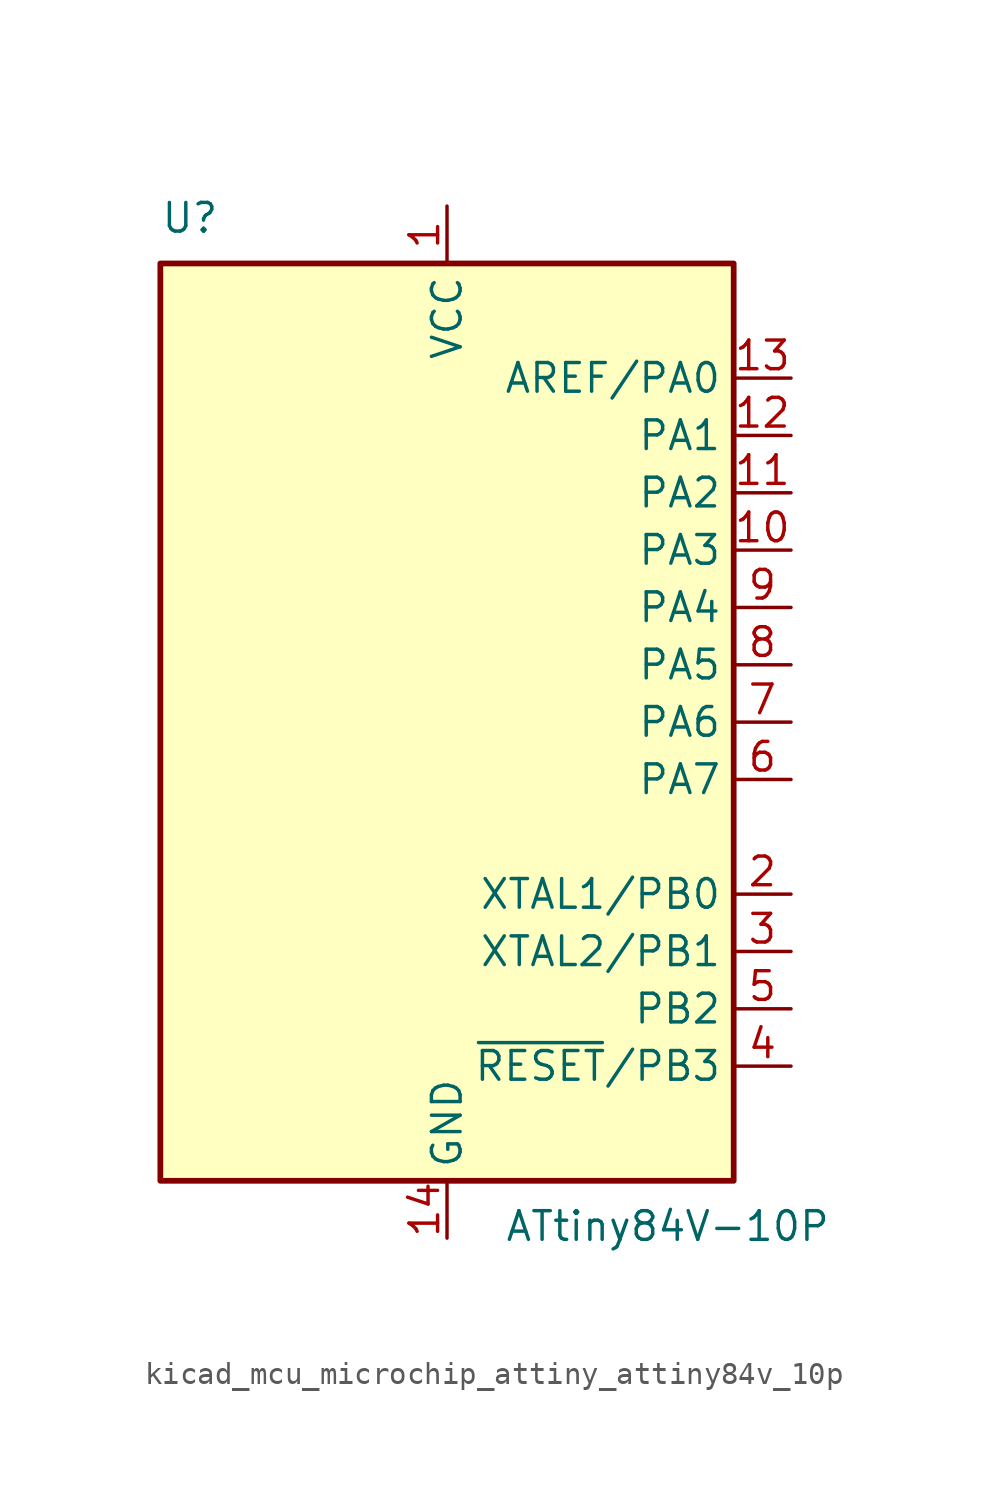
<source format=kicad_sym>
(kicad_symbol_lib
  (version 20220914)
  (generator kicad_symbol_editor)
  (symbol "kicad_mcu_microchip_attiny_attiny84v_10p"
    (property "Reference" "U"
      (at -12.7 21.59 0)
      (effects (font (size 1.27 1.27)) (justify left bottom)))
    (property "Value" "ATtiny84V-10P"
      (at 2.54 -21.59 0)
      (effects (font (size 1.27 1.27)) (justify left top)))
    (symbol "kicad_mcu_microchip_attiny_attiny84v_10p_0_1"
      (rectangle (start -12.7 -20.32) (end 12.7 20.32) (stroke (width 0.254) (type default)) (fill (type background))))
    (symbol "kicad_mcu_microchip_attiny_attiny84v_10p_1_1"
      (pin power_in line (at 0 22.86 270) (length 2.54) (name "VCC" (effects (font (size 1.27 1.27)))) (number "1" (effects (font (size 1.27 1.27)))))
      (pin bidirectional line (at 15.24 7.62 180) (length 2.54) (name "PA3" (effects (font (size 1.27 1.27)))) (number "10" (effects (font (size 1.27 1.27)))))
      (pin bidirectional line (at 15.24 10.16 180) (length 2.54) (name "PA2" (effects (font (size 1.27 1.27)))) (number "11" (effects (font (size 1.27 1.27)))))
      (pin bidirectional line (at 15.24 12.7 180) (length 2.54) (name "PA1" (effects (font (size 1.27 1.27)))) (number "12" (effects (font (size 1.27 1.27)))))
      (pin bidirectional line (at 15.24 15.24 180) (length 2.54) (name "AREF/PA0" (effects (font (size 1.27 1.27)))) (number "13" (effects (font (size 1.27 1.27)))))
      (pin power_in line (at 0 -22.86 90) (length 2.54) (name "GND" (effects (font (size 1.27 1.27)))) (number "14" (effects (font (size 1.27 1.27)))))
      (pin bidirectional line (at 15.24 -7.62 180) (length 2.54) (name "XTAL1/PB0" (effects (font (size 1.27 1.27)))) (number "2" (effects (font (size 1.27 1.27)))))
      (pin bidirectional line (at 15.24 -10.16 180) (length 2.54) (name "XTAL2/PB1" (effects (font (size 1.27 1.27)))) (number "3" (effects (font (size 1.27 1.27)))))
      (pin bidirectional line (at 15.24 -15.24 180) (length 2.54) (name "~{RESET}/PB3" (effects (font (size 1.27 1.27)))) (number "4" (effects (font (size 1.27 1.27)))))
      (pin bidirectional line (at 15.24 -12.7 180) (length 2.54) (name "PB2" (effects (font (size 1.27 1.27)))) (number "5" (effects (font (size 1.27 1.27)))))
      (pin bidirectional line (at 15.24 -2.54 180) (length 2.54) (name "PA7" (effects (font (size 1.27 1.27)))) (number "6" (effects (font (size 1.27 1.27)))))
      (pin bidirectional line (at 15.24 0 180) (length 2.54) (name "PA6" (effects (font (size 1.27 1.27)))) (number "7" (effects (font (size 1.27 1.27)))))
      (pin bidirectional line (at 15.24 2.54 180) (length 2.54) (name "PA5" (effects (font (size 1.27 1.27)))) (number "8" (effects (font (size 1.27 1.27)))))
      (pin bidirectional line (at 15.24 5.08 180) (length 2.54) (name "PA4" (effects (font (size 1.27 1.27)))) (number "9" (effects (font (size 1.27 1.27))))))))
</source>
